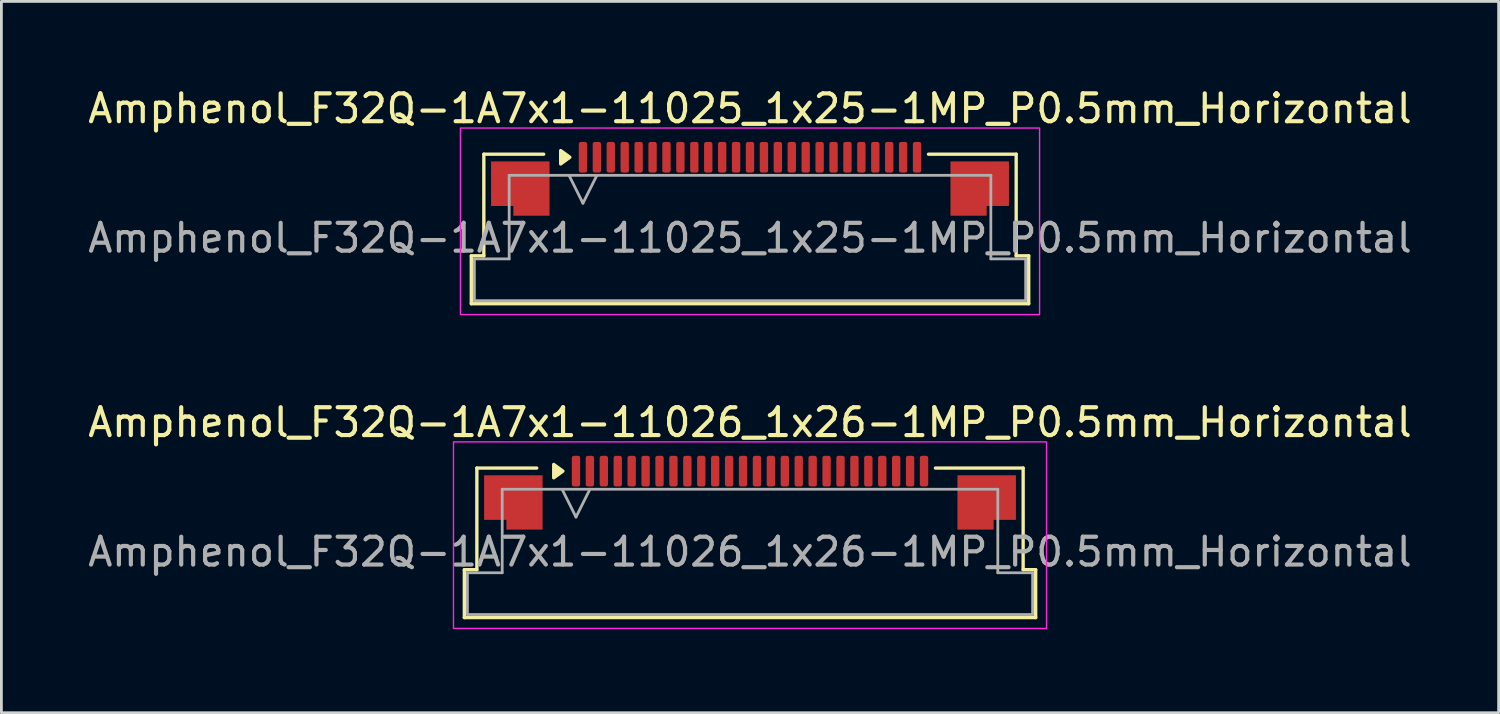
<source format=kicad_pcb>
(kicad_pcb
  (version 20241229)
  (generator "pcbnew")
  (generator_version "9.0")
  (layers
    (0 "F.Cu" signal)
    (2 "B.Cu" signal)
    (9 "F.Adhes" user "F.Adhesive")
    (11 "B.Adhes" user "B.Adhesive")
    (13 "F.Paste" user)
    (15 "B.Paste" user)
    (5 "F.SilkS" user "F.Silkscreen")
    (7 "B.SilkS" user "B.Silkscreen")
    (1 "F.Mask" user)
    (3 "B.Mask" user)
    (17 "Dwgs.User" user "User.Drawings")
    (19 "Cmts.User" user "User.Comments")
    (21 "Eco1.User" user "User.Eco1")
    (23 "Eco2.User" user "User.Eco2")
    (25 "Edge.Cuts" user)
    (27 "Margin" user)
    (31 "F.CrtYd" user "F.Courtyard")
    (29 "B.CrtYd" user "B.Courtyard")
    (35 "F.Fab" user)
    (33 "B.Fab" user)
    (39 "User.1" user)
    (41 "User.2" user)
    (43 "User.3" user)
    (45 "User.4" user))
  (footprint "Amphenol_F32Q-1A7x1-11026_1x26-1MP_P0.5mm_Horizontal"
    (layer "F.Cu")
    (at 23.887 16.771)
    (property "Reference" "Amphenol_F32Q-1A7x1-11026_1x26-1MP_P0.5mm_Horizontal" (at 0 -4.65 0) (layer "F.SilkS") (effects (font (size 1 1) (thickness 0.15))))
    (attr smd)
    (fp_line (start -10.26 0.64) (end -9.81 0.64) (stroke (width 0.12) (type solid)) (layer "F.SilkS"))
    (fp_line (start -10.26 2.36) (end -10.26 0.64) (stroke (width 0.12) (type solid)) (layer "F.SilkS"))
    (fp_line (start -9.81 -3.01) (end -7.66 -3.01) (stroke (width 0.12) (type solid)) (layer "F.SilkS"))
    (fp_line (start -9.81 0.64) (end -9.81 -3.01) (stroke (width 0.12) (type solid)) (layer "F.SilkS"))
    (fp_line (start 6.66 -3.01) (end 9.81 -3.01) (stroke (width 0.12) (type solid)) (layer "F.SilkS"))
    (fp_line (start 9.81 -3.01) (end 9.81 0.64) (stroke (width 0.12) (type solid)) (layer "F.SilkS"))
    (fp_line (start 9.81 0.64) (end 10.26 0.64) (stroke (width 0.12) (type solid)) (layer "F.SilkS"))
    (fp_line (start 10.26 0.64) (end 10.26 2.36) (stroke (width 0.12) (type solid)) (layer "F.SilkS"))
    (fp_line (start 10.26 2.36) (end -10.26 2.36) (stroke (width 0.12) (type solid)) (layer "F.SilkS"))
    (fp_poly (pts (xy -6.72 -2.9) (xy -7.05 -2.66) (xy -7.05 -3.14)) (stroke (width 0.12) (type solid)) (fill yes) (layer "F.SilkS"))
    (fp_rect (start -10.65 -3.95) (end 10.65 2.75) (stroke (width 0.05) (type solid)) (fill no) (layer "F.CrtYd"))
    (fp_line (start -10.15 0.75) (end -8.9 0.75) (stroke (width 0.1) (type solid)) (layer "F.Fab"))
    (fp_line (start -10.15 2.25) (end -10.15 0.75) (stroke (width 0.1) (type solid)) (layer "F.Fab"))
    (fp_line (start -8.9 -2.25) (end 8.9 -2.25) (stroke (width 0.1) (type solid)) (layer "F.Fab"))
    (fp_line (start -8.9 0.75) (end -8.9 -2.25) (stroke (width 0.1) (type solid)) (layer "F.Fab"))
    (fp_line (start -6.75 -2.25) (end -6.25 -1.25) (stroke (width 0.1) (type solid)) (layer "F.Fab"))
    (fp_line (start -6.25 -1.25) (end -5.75 -2.25) (stroke (width 0.1) (type solid)) (layer "F.Fab"))
    (fp_line (start 8.9 -2.25) (end 8.9 0.75) (stroke (width 0.1) (type solid)) (layer "F.Fab"))
    (fp_line (start 8.9 0.75) (end 10.15 0.75) (stroke (width 0.1) (type solid)) (layer "F.Fab"))
    (fp_line (start 10.15 0.75) (end 10.15 2.25) (stroke (width 0.1) (type solid)) (layer "F.Fab"))
    (fp_line (start 10.15 2.25) (end -10.15 2.25) (stroke (width 0.1) (type solid)) (layer "F.Fab"))
    (fp_text user "${REFERENCE}" (at 0 0 0) (layer "F.Fab") (effects (font (size 1 1) (thickness 0.15))))
    (pad "1" smd roundrect (at -6.25 -2.9) (size 0.3 1.1) (layers "F.Cu" "F.Mask" "F.Paste") (roundrect_rratio 0.25))
    (pad "2" smd roundrect (at -5.75 -2.9) (size 0.3 1.1) (layers "F.Cu" "F.Mask" "F.Paste") (roundrect_rratio 0.25))
    (pad "3" smd roundrect (at -5.25 -2.9) (size 0.3 1.1) (layers "F.Cu" "F.Mask" "F.Paste") (roundrect_rratio 0.25))
    (pad "4" smd roundrect (at -4.75 -2.9) (size 0.3 1.1) (layers "F.Cu" "F.Mask" "F.Paste") (roundrect_rratio 0.25))
    (pad "5" smd roundrect (at -4.25 -2.9) (size 0.3 1.1) (layers "F.Cu" "F.Mask" "F.Paste") (roundrect_rratio 0.25))
    (pad "6" smd roundrect (at -3.75 -2.9) (size 0.3 1.1) (layers "F.Cu" "F.Mask" "F.Paste") (roundrect_rratio 0.25))
    (pad "7" smd roundrect (at -3.25 -2.9) (size 0.3 1.1) (layers "F.Cu" "F.Mask" "F.Paste") (roundrect_rratio 0.25))
    (pad "8" smd roundrect (at -2.75 -2.9) (size 0.3 1.1) (layers "F.Cu" "F.Mask" "F.Paste") (roundrect_rratio 0.25))
    (pad "9" smd roundrect (at -2.25 -2.9) (size 0.3 1.1) (layers "F.Cu" "F.Mask" "F.Paste") (roundrect_rratio 0.25))
    (pad "10" smd roundrect (at -1.75 -2.9) (size 0.3 1.1) (layers "F.Cu" "F.Mask" "F.Paste") (roundrect_rratio 0.25))
    (pad "11" smd roundrect (at -1.25 -2.9) (size 0.3 1.1) (layers "F.Cu" "F.Mask" "F.Paste") (roundrect_rratio 0.25))
    (pad "12" smd roundrect (at -0.75 -2.9) (size 0.3 1.1) (layers "F.Cu" "F.Mask" "F.Paste") (roundrect_rratio 0.25))
    (pad "13" smd roundrect (at -0.25 -2.9) (size 0.3 1.1) (layers "F.Cu" "F.Mask" "F.Paste") (roundrect_rratio 0.25))
    (pad "14" smd roundrect (at 0.25 -2.9) (size 0.3 1.1) (layers "F.Cu" "F.Mask" "F.Paste") (roundrect_rratio 0.25))
    (pad "15" smd roundrect (at 0.75 -2.9) (size 0.3 1.1) (layers "F.Cu" "F.Mask" "F.Paste") (roundrect_rratio 0.25))
    (pad "16" smd roundrect (at 1.25 -2.9) (size 0.3 1.1) (layers "F.Cu" "F.Mask" "F.Paste") (roundrect_rratio 0.25))
    (pad "17" smd roundrect (at 1.75 -2.9) (size 0.3 1.1) (layers "F.Cu" "F.Mask" "F.Paste") (roundrect_rratio 0.25))
    (pad "18" smd roundrect (at 2.25 -2.9) (size 0.3 1.1) (layers "F.Cu" "F.Mask" "F.Paste") (roundrect_rratio 0.25))
    (pad "19" smd roundrect (at 2.75 -2.9) (size 0.3 1.1) (layers "F.Cu" "F.Mask" "F.Paste") (roundrect_rratio 0.25))
    (pad "20" smd roundrect (at 3.25 -2.9) (size 0.3 1.1) (layers "F.Cu" "F.Mask" "F.Paste") (roundrect_rratio 0.25))
    (pad "21" smd roundrect (at 3.75 -2.9) (size 0.3 1.1) (layers "F.Cu" "F.Mask" "F.Paste") (roundrect_rratio 0.25))
    (pad "22" smd roundrect (at 4.25 -2.9) (size 0.3 1.1) (layers "F.Cu" "F.Mask" "F.Paste") (roundrect_rratio 0.25))
    (pad "23" smd roundrect (at 4.75 -2.9) (size 0.3 1.1) (layers "F.Cu" "F.Mask" "F.Paste") (roundrect_rratio 0.25))
    (pad "24" smd roundrect (at 5.25 -2.9) (size 0.3 1.1) (layers "F.Cu" "F.Mask" "F.Paste") (roundrect_rratio 0.25))
    (pad "25" smd roundrect (at 5.75 -2.9) (size 0.3 1.1) (layers "F.Cu" "F.Mask" "F.Paste") (roundrect_rratio 0.25))
    (pad "26" smd roundrect (at 6.25 -2.9) (size 0.3 1.1) (layers "F.Cu" "F.Mask" "F.Paste") (roundrect_rratio 0.25))
    (pad "MP" smd custom (at -8.5 -1.775) (size 1 1) (layers "F.Cu" "F.Mask" "F.Paste") (options (anchor circle)) (primitives (gr_poly (pts (xy 1.05 -0.975) (xy 1.05 0.975) (xy -0.25 0.975) (xy -0.25 0.625) (xy -1.05 0.625) (xy -1.05 -0.975)) (width 0) (fill yes))))
    (pad "MP" smd custom (at 8.5 -1.775) (size 1 1) (layers "F.Cu" "F.Mask" "F.Paste") (options (anchor circle)) (primitives (gr_poly (pts (xy -1.05 -0.975) (xy -1.05 0.975) (xy 0.25 0.975) (xy 0.25 0.625) (xy 1.05 0.625) (xy 1.05 -0.975)) (width 0) (fill yes)))))
  (footprint "Amphenol_F32Q-1A7x1-11025_1x25-1MP_P0.5mm_Horizontal"
    (layer "F.Cu")
    (at 23.887 5.498)
    (property "Reference" "Amphenol_F32Q-1A7x1-11025_1x25-1MP_P0.5mm_Horizontal" (at 0 -4.65 0) (layer "F.SilkS") (effects (font (size 1 1) (thickness 0.15))))
    (attr smd)
    (fp_line (start -10.01 0.64) (end -9.56 0.64) (stroke (width 0.12) (type solid)) (layer "F.SilkS"))
    (fp_line (start -10.01 2.36) (end -10.01 0.64) (stroke (width 0.12) (type solid)) (layer "F.SilkS"))
    (fp_line (start -9.56 -3.01) (end -7.41 -3.01) (stroke (width 0.12) (type solid)) (layer "F.SilkS"))
    (fp_line (start -9.56 0.64) (end -9.56 -3.01) (stroke (width 0.12) (type solid)) (layer "F.SilkS"))
    (fp_line (start 6.41 -3.01) (end 9.56 -3.01) (stroke (width 0.12) (type solid)) (layer "F.SilkS"))
    (fp_line (start 9.56 -3.01) (end 9.56 0.64) (stroke (width 0.12) (type solid)) (layer "F.SilkS"))
    (fp_line (start 9.56 0.64) (end 10.01 0.64) (stroke (width 0.12) (type solid)) (layer "F.SilkS"))
    (fp_line (start 10.01 0.64) (end 10.01 2.36) (stroke (width 0.12) (type solid)) (layer "F.SilkS"))
    (fp_line (start 10.01 2.36) (end -10.01 2.36) (stroke (width 0.12) (type solid)) (layer "F.SilkS"))
    (fp_poly (pts (xy -6.47 -2.9) (xy -6.8 -2.66) (xy -6.8 -3.14)) (stroke (width 0.12) (type solid)) (fill yes) (layer "F.SilkS"))
    (fp_rect (start -10.4 -3.95) (end 10.4 2.75) (stroke (width 0.05) (type solid)) (fill no) (layer "F.CrtYd"))
    (fp_line (start -9.9 0.75) (end -8.65 0.75) (stroke (width 0.1) (type solid)) (layer "F.Fab"))
    (fp_line (start -9.9 2.25) (end -9.9 0.75) (stroke (width 0.1) (type solid)) (layer "F.Fab"))
    (fp_line (start -8.65 -2.25) (end 8.65 -2.25) (stroke (width 0.1) (type solid)) (layer "F.Fab"))
    (fp_line (start -8.65 0.75) (end -8.65 -2.25) (stroke (width 0.1) (type solid)) (layer "F.Fab"))
    (fp_line (start -6.5 -2.25) (end -6 -1.25) (stroke (width 0.1) (type solid)) (layer "F.Fab"))
    (fp_line (start -6 -1.25) (end -5.5 -2.25) (stroke (width 0.1) (type solid)) (layer "F.Fab"))
    (fp_line (start 8.65 -2.25) (end 8.65 0.75) (stroke (width 0.1) (type solid)) (layer "F.Fab"))
    (fp_line (start 8.65 0.75) (end 9.9 0.75) (stroke (width 0.1) (type solid)) (layer "F.Fab"))
    (fp_line (start 9.9 0.75) (end 9.9 2.25) (stroke (width 0.1) (type solid)) (layer "F.Fab"))
    (fp_line (start 9.9 2.25) (end -9.9 2.25) (stroke (width 0.1) (type solid)) (layer "F.Fab"))
    (fp_text user "${REFERENCE}" (at 0 0 0) (layer "F.Fab") (effects (font (size 1 1) (thickness 0.15))))
    (pad "1" smd roundrect (at -6 -2.9) (size 0.3 1.1) (layers "F.Cu" "F.Mask" "F.Paste") (roundrect_rratio 0.25))
    (pad "2" smd roundrect (at -5.5 -2.9) (size 0.3 1.1) (layers "F.Cu" "F.Mask" "F.Paste") (roundrect_rratio 0.25))
    (pad "3" smd roundrect (at -5 -2.9) (size 0.3 1.1) (layers "F.Cu" "F.Mask" "F.Paste") (roundrect_rratio 0.25))
    (pad "4" smd roundrect (at -4.5 -2.9) (size 0.3 1.1) (layers "F.Cu" "F.Mask" "F.Paste") (roundrect_rratio 0.25))
    (pad "5" smd roundrect (at -4 -2.9) (size 0.3 1.1) (layers "F.Cu" "F.Mask" "F.Paste") (roundrect_rratio 0.25))
    (pad "6" smd roundrect (at -3.5 -2.9) (size 0.3 1.1) (layers "F.Cu" "F.Mask" "F.Paste") (roundrect_rratio 0.25))
    (pad "7" smd roundrect (at -3 -2.9) (size 0.3 1.1) (layers "F.Cu" "F.Mask" "F.Paste") (roundrect_rratio 0.25))
    (pad "8" smd roundrect (at -2.5 -2.9) (size 0.3 1.1) (layers "F.Cu" "F.Mask" "F.Paste") (roundrect_rratio 0.25))
    (pad "9" smd roundrect (at -2 -2.9) (size 0.3 1.1) (layers "F.Cu" "F.Mask" "F.Paste") (roundrect_rratio 0.25))
    (pad "10" smd roundrect (at -1.5 -2.9) (size 0.3 1.1) (layers "F.Cu" "F.Mask" "F.Paste") (roundrect_rratio 0.25))
    (pad "11" smd roundrect (at -1 -2.9) (size 0.3 1.1) (layers "F.Cu" "F.Mask" "F.Paste") (roundrect_rratio 0.25))
    (pad "12" smd roundrect (at -0.5 -2.9) (size 0.3 1.1) (layers "F.Cu" "F.Mask" "F.Paste") (roundrect_rratio 0.25))
    (pad "13" smd roundrect (at 0 -2.9) (size 0.3 1.1) (layers "F.Cu" "F.Mask" "F.Paste") (roundrect_rratio 0.25))
    (pad "14" smd roundrect (at 0.5 -2.9) (size 0.3 1.1) (layers "F.Cu" "F.Mask" "F.Paste") (roundrect_rratio 0.25))
    (pad "15" smd roundrect (at 1 -2.9) (size 0.3 1.1) (layers "F.Cu" "F.Mask" "F.Paste") (roundrect_rratio 0.25))
    (pad "16" smd roundrect (at 1.5 -2.9) (size 0.3 1.1) (layers "F.Cu" "F.Mask" "F.Paste") (roundrect_rratio 0.25))
    (pad "17" smd roundrect (at 2 -2.9) (size 0.3 1.1) (layers "F.Cu" "F.Mask" "F.Paste") (roundrect_rratio 0.25))
    (pad "18" smd roundrect (at 2.5 -2.9) (size 0.3 1.1) (layers "F.Cu" "F.Mask" "F.Paste") (roundrect_rratio 0.25))
    (pad "19" smd roundrect (at 3 -2.9) (size 0.3 1.1) (layers "F.Cu" "F.Mask" "F.Paste") (roundrect_rratio 0.25))
    (pad "20" smd roundrect (at 3.5 -2.9) (size 0.3 1.1) (layers "F.Cu" "F.Mask" "F.Paste") (roundrect_rratio 0.25))
    (pad "21" smd roundrect (at 4 -2.9) (size 0.3 1.1) (layers "F.Cu" "F.Mask" "F.Paste") (roundrect_rratio 0.25))
    (pad "22" smd roundrect (at 4.5 -2.9) (size 0.3 1.1) (layers "F.Cu" "F.Mask" "F.Paste") (roundrect_rratio 0.25))
    (pad "23" smd roundrect (at 5 -2.9) (size 0.3 1.1) (layers "F.Cu" "F.Mask" "F.Paste") (roundrect_rratio 0.25))
    (pad "24" smd roundrect (at 5.5 -2.9) (size 0.3 1.1) (layers "F.Cu" "F.Mask" "F.Paste") (roundrect_rratio 0.25))
    (pad "25" smd roundrect (at 6 -2.9) (size 0.3 1.1) (layers "F.Cu" "F.Mask" "F.Paste") (roundrect_rratio 0.25))
    (pad "MP" smd custom (at -8.25 -1.775) (size 1 1) (layers "F.Cu" "F.Mask" "F.Paste") (options (anchor circle)) (primitives (gr_poly (pts (xy 1.05 -0.975) (xy 1.05 0.975) (xy -0.25 0.975) (xy -0.25 0.625) (xy -1.05 0.625) (xy -1.05 -0.975)) (width 0) (fill yes))))
    (pad "MP" smd custom (at 8.25 -1.775) (size 1 1) (layers "F.Cu" "F.Mask" "F.Paste") (options (anchor circle)) (primitives (gr_poly (pts (xy -1.05 -0.975) (xy -1.05 0.975) (xy 0.25 0.975) (xy 0.25 0.625) (xy 1.05 0.625) (xy 1.05 -0.975)) (width 0) (fill yes)))))
  (gr_rect
    (start -3 -3)
    (end 50.774 22.547)
    (stroke (width 0.1) (type default))
    (fill no)
    (layer "Edge.Cuts")))
</source>
